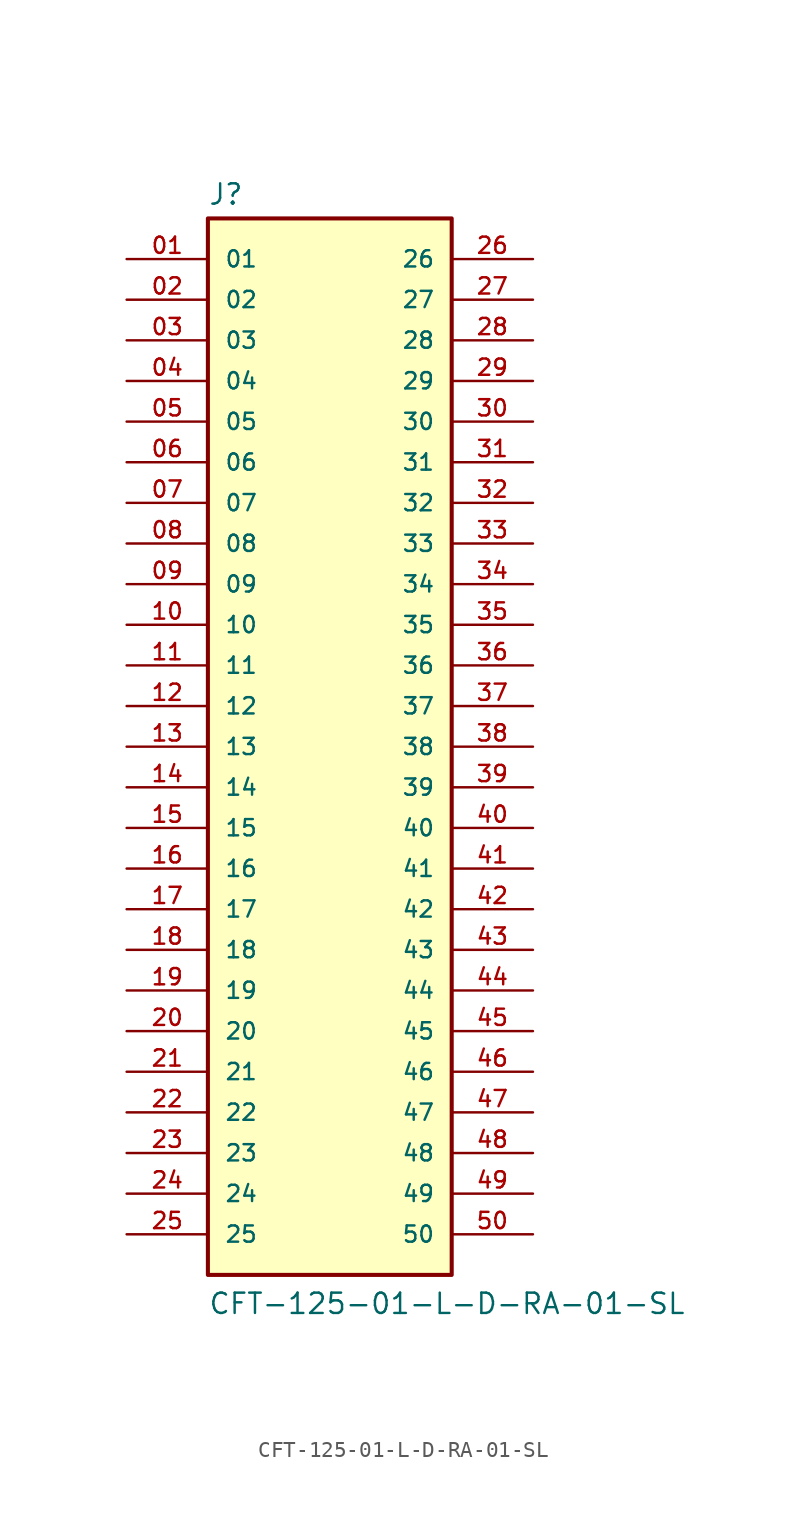
<source format=kicad_sym>
(kicad_symbol_lib
  (version 20211014)
  (generator kicad_symbol_editor)
  (symbol "CFT-125-01-L-D-RA-01-SL"
    (pin_names
      (offset 1.016))
    (property "Reference" "J"
      (at -7.62 33.782 0)
      (effects (font (size 1.27 1.27)) (justify bottom left)))
    (property "Value" "CFT-125-01-L-D-RA-01-SL"
      (at -7.62 -35.56 0)
      (effects (font (size 1.27 1.27)) (justify bottom left)))
    (symbol "CFT-125-01-L-D-RA-01-SL_0_0"
      (rectangle (start -7.62 -33.02) (end 7.62 33.02) (stroke (width 0.254)) (fill (type background)))
      (pin passive line (at -12.7 30.48 0) (length 5.08) (name "01" (effects (font (size 1.016 1.016)))) (number "01" (effects (font (size 1.016 1.016)))))
      (pin passive line (at -12.7 27.94 0) (length 5.08) (name "02" (effects (font (size 1.016 1.016)))) (number "02" (effects (font (size 1.016 1.016)))))
      (pin passive line (at -12.7 25.4 0) (length 5.08) (name "03" (effects (font (size 1.016 1.016)))) (number "03" (effects (font (size 1.016 1.016)))))
      (pin passive line (at -12.7 22.86 0) (length 5.08) (name "04" (effects (font (size 1.016 1.016)))) (number "04" (effects (font (size 1.016 1.016)))))
      (pin passive line (at -12.7 20.32 0) (length 5.08) (name "05" (effects (font (size 1.016 1.016)))) (number "05" (effects (font (size 1.016 1.016)))))
      (pin passive line (at -12.7 17.78 0) (length 5.08) (name "06" (effects (font (size 1.016 1.016)))) (number "06" (effects (font (size 1.016 1.016)))))
      (pin passive line (at -12.7 15.24 0) (length 5.08) (name "07" (effects (font (size 1.016 1.016)))) (number "07" (effects (font (size 1.016 1.016)))))
      (pin passive line (at -12.7 12.7 0) (length 5.08) (name "08" (effects (font (size 1.016 1.016)))) (number "08" (effects (font (size 1.016 1.016)))))
      (pin passive line (at -12.7 10.16 0) (length 5.08) (name "09" (effects (font (size 1.016 1.016)))) (number "09" (effects (font (size 1.016 1.016)))))
      (pin passive line (at -12.7 7.62 0) (length 5.08) (name "10" (effects (font (size 1.016 1.016)))) (number "10" (effects (font (size 1.016 1.016)))))
      (pin passive line (at -12.7 5.08 0) (length 5.08) (name "11" (effects (font (size 1.016 1.016)))) (number "11" (effects (font (size 1.016 1.016)))))
      (pin passive line (at -12.7 2.54 0) (length 5.08) (name "12" (effects (font (size 1.016 1.016)))) (number "12" (effects (font (size 1.016 1.016)))))
      (pin passive line (at -12.7 0.0 0) (length 5.08) (name "13" (effects (font (size 1.016 1.016)))) (number "13" (effects (font (size 1.016 1.016)))))
      (pin passive line (at -12.7 -2.54 0) (length 5.08) (name "14" (effects (font (size 1.016 1.016)))) (number "14" (effects (font (size 1.016 1.016)))))
      (pin passive line (at -12.7 -5.08 0) (length 5.08) (name "15" (effects (font (size 1.016 1.016)))) (number "15" (effects (font (size 1.016 1.016)))))
      (pin passive line (at -12.7 -7.62 0) (length 5.08) (name "16" (effects (font (size 1.016 1.016)))) (number "16" (effects (font (size 1.016 1.016)))))
      (pin passive line (at -12.7 -10.16 0) (length 5.08) (name "17" (effects (font (size 1.016 1.016)))) (number "17" (effects (font (size 1.016 1.016)))))
      (pin passive line (at -12.7 -12.7 0) (length 5.08) (name "18" (effects (font (size 1.016 1.016)))) (number "18" (effects (font (size 1.016 1.016)))))
      (pin passive line (at -12.7 -15.24 0) (length 5.08) (name "19" (effects (font (size 1.016 1.016)))) (number "19" (effects (font (size 1.016 1.016)))))
      (pin passive line (at -12.7 -17.78 0) (length 5.08) (name "20" (effects (font (size 1.016 1.016)))) (number "20" (effects (font (size 1.016 1.016)))))
      (pin passive line (at -12.7 -20.32 0) (length 5.08) (name "21" (effects (font (size 1.016 1.016)))) (number "21" (effects (font (size 1.016 1.016)))))
      (pin passive line (at -12.7 -22.86 0) (length 5.08) (name "22" (effects (font (size 1.016 1.016)))) (number "22" (effects (font (size 1.016 1.016)))))
      (pin passive line (at -12.7 -25.4 0) (length 5.08) (name "23" (effects (font (size 1.016 1.016)))) (number "23" (effects (font (size 1.016 1.016)))))
      (pin passive line (at -12.7 -27.94 0) (length 5.08) (name "24" (effects (font (size 1.016 1.016)))) (number "24" (effects (font (size 1.016 1.016)))))
      (pin passive line (at -12.7 -30.48 0) (length 5.08) (name "25" (effects (font (size 1.016 1.016)))) (number "25" (effects (font (size 1.016 1.016)))))
      (pin passive line (at 12.7 30.48 180.0) (length 5.08) (name "26" (effects (font (size 1.016 1.016)))) (number "26" (effects (font (size 1.016 1.016)))))
      (pin passive line (at 12.7 27.94 180.0) (length 5.08) (name "27" (effects (font (size 1.016 1.016)))) (number "27" (effects (font (size 1.016 1.016)))))
      (pin passive line (at 12.7 25.4 180.0) (length 5.08) (name "28" (effects (font (size 1.016 1.016)))) (number "28" (effects (font (size 1.016 1.016)))))
      (pin passive line (at 12.7 22.86 180.0) (length 5.08) (name "29" (effects (font (size 1.016 1.016)))) (number "29" (effects (font (size 1.016 1.016)))))
      (pin passive line (at 12.7 20.32 180.0) (length 5.08) (name "30" (effects (font (size 1.016 1.016)))) (number "30" (effects (font (size 1.016 1.016)))))
      (pin passive line (at 12.7 17.78 180.0) (length 5.08) (name "31" (effects (font (size 1.016 1.016)))) (number "31" (effects (font (size 1.016 1.016)))))
      (pin passive line (at 12.7 15.24 180.0) (length 5.08) (name "32" (effects (font (size 1.016 1.016)))) (number "32" (effects (font (size 1.016 1.016)))))
      (pin passive line (at 12.7 12.7 180.0) (length 5.08) (name "33" (effects (font (size 1.016 1.016)))) (number "33" (effects (font (size 1.016 1.016)))))
      (pin passive line (at 12.7 10.16 180.0) (length 5.08) (name "34" (effects (font (size 1.016 1.016)))) (number "34" (effects (font (size 1.016 1.016)))))
      (pin passive line (at 12.7 7.62 180.0) (length 5.08) (name "35" (effects (font (size 1.016 1.016)))) (number "35" (effects (font (size 1.016 1.016)))))
      (pin passive line (at 12.7 5.08 180.0) (length 5.08) (name "36" (effects (font (size 1.016 1.016)))) (number "36" (effects (font (size 1.016 1.016)))))
      (pin passive line (at 12.7 2.54 180.0) (length 5.08) (name "37" (effects (font (size 1.016 1.016)))) (number "37" (effects (font (size 1.016 1.016)))))
      (pin passive line (at 12.7 0.0 180.0) (length 5.08) (name "38" (effects (font (size 1.016 1.016)))) (number "38" (effects (font (size 1.016 1.016)))))
      (pin passive line (at 12.7 -2.54 180.0) (length 5.08) (name "39" (effects (font (size 1.016 1.016)))) (number "39" (effects (font (size 1.016 1.016)))))
      (pin passive line (at 12.7 -5.08 180.0) (length 5.08) (name "40" (effects (font (size 1.016 1.016)))) (number "40" (effects (font (size 1.016 1.016)))))
      (pin passive line (at 12.7 -7.62 180.0) (length 5.08) (name "41" (effects (font (size 1.016 1.016)))) (number "41" (effects (font (size 1.016 1.016)))))
      (pin passive line (at 12.7 -10.16 180.0) (length 5.08) (name "42" (effects (font (size 1.016 1.016)))) (number "42" (effects (font (size 1.016 1.016)))))
      (pin passive line (at 12.7 -12.7 180.0) (length 5.08) (name "43" (effects (font (size 1.016 1.016)))) (number "43" (effects (font (size 1.016 1.016)))))
      (pin passive line (at 12.7 -15.24 180.0) (length 5.08) (name "44" (effects (font (size 1.016 1.016)))) (number "44" (effects (font (size 1.016 1.016)))))
      (pin passive line (at 12.7 -17.78 180.0) (length 5.08) (name "45" (effects (font (size 1.016 1.016)))) (number "45" (effects (font (size 1.016 1.016)))))
      (pin passive line (at 12.7 -20.32 180.0) (length 5.08) (name "46" (effects (font (size 1.016 1.016)))) (number "46" (effects (font (size 1.016 1.016)))))
      (pin passive line (at 12.7 -22.86 180.0) (length 5.08) (name "47" (effects (font (size 1.016 1.016)))) (number "47" (effects (font (size 1.016 1.016)))))
      (pin passive line (at 12.7 -25.4 180.0) (length 5.08) (name "48" (effects (font (size 1.016 1.016)))) (number "48" (effects (font (size 1.016 1.016)))))
      (pin passive line (at 12.7 -27.94 180.0) (length 5.08) (name "49" (effects (font (size 1.016 1.016)))) (number "49" (effects (font (size 1.016 1.016)))))
      (pin passive line (at 12.7 -30.48 180.0) (length 5.08) (name "50" (effects (font (size 1.016 1.016)))) (number "50" (effects (font (size 1.016 1.016))))))))
</source>
